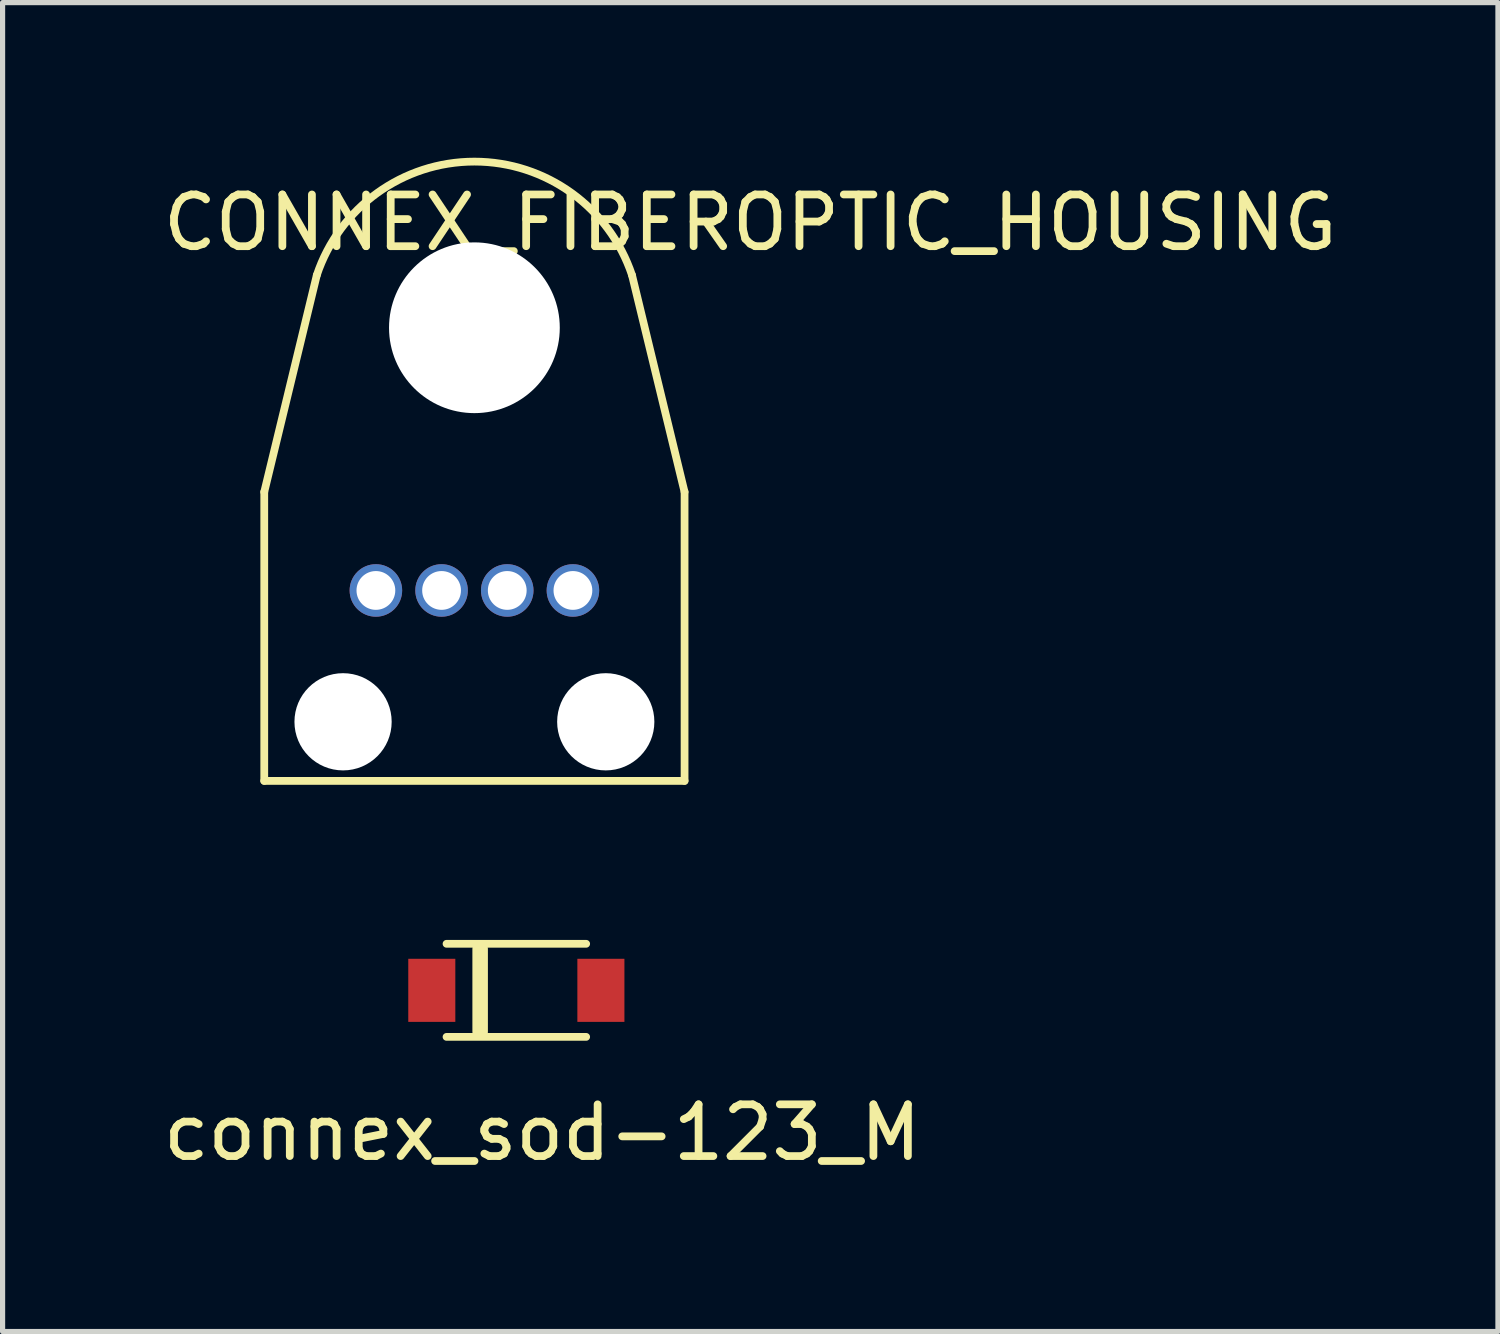
<source format=kicad_pcb>
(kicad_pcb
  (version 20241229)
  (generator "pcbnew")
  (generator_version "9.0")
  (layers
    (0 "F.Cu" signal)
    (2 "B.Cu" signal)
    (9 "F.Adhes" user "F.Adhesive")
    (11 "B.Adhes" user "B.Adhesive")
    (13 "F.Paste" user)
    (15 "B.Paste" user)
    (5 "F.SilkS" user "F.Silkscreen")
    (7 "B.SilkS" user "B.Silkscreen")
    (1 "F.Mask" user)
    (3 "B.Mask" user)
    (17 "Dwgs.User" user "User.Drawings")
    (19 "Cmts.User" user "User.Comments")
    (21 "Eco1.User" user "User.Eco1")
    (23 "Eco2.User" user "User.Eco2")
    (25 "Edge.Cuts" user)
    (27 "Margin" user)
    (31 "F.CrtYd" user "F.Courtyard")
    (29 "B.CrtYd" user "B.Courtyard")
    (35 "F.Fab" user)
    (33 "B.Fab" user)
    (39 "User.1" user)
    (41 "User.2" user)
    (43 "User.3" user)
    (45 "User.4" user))
  (footprint "CONNEX_FIBEROPTIC_HOUSING"
    (layer "F.Cu")
    (at 6.124 10.908)
    (property "Reference" "CONNEX_FIBEROPTIC_HOUSING" (at 5.334 -9.652 0) (layer "F.SilkS") (effects (font (size 1 1) (thickness 0.15))))
    (attr through_hole)
    (fp_line (start -4.064 -4.445) (end -3.048 -8.636) (stroke (width 0.15) (type solid)) (layer "F.SilkS"))
    (fp_line (start -4.064 1.143) (end -4.064 -4.445) (stroke (width 0.15) (type solid)) (layer "F.SilkS"))
    (fp_line (start -4.064 1.143) (end 4.064 1.143) (stroke (width 0.15) (type solid)) (layer "F.SilkS"))
    (fp_line (start 3.048 -8.636) (end 4.064 -4.445) (stroke (width 0.15) (type solid)) (layer "F.SilkS"))
    (fp_line (start 4.064 1.143) (end 4.064 -4.445) (stroke (width 0.15) (type solid)) (layer "F.SilkS"))
    (fp_arc (start -3.048 -8.636) (mid 0 -10.832874) (end 3.048 -8.636) (stroke (width 0.15) (type solid)) (layer "F.SilkS"))
    (pad "" np_thru_hole circle (at -2.54 0) (size 1.88 1.88) (drill 1.88) (layers "*.Cu" "*.Mask"))
    (pad "" np_thru_hole circle (at 0 -7.62) (size 3.302 3.302) (drill 3.302) (layers "*.Cu" "*.Mask"))
    (pad "" np_thru_hole circle (at 2.54 0) (size 1.88 1.88) (drill 1.88) (layers "*.Cu" "*.Mask"))
    (pad "1" thru_hole circle (at -1.905 -2.54) (size 1.016 1.016) (drill 0.75) (layers "*.Cu" "*.Mask"))
    (pad "2" thru_hole circle (at -0.635 -2.54) (size 1.016 1.016) (drill 0.75) (layers "*.Cu" "*.Mask"))
    (pad "3" thru_hole circle (at 0.635 -2.54) (size 1.016 1.016) (drill 0.75) (layers "*.Cu" "*.Mask"))
    (pad "4" thru_hole circle (at 1.905 -2.54) (size 1.016 1.016) (drill 0.75) (layers "*.Cu" "*.Mask")))
  (footprint "connex_sod-123_M"
    (layer "F.Cu")
    (at 6.935 16.101)
    (property "Reference" "connex_sod-123_M" (at 0.5 2.75 0) (layer "F.SilkS") (effects (font (size 1 1) (thickness 0.15))))
    (attr through_hole)
    (fp_line (start -1.35 -0.9) (end 1.35 -0.9) (stroke (width 0.15) (type solid)) (layer "F.SilkS"))
    (fp_line (start -1.35 0.9) (end 1.35 0.9) (stroke (width 0.15) (type solid)) (layer "F.SilkS"))
    (fp_line (start -0.7 -0.8) (end -0.7 0.8) (stroke (width 0.3) (type solid)) (layer "F.SilkS"))
    (pad "1" smd rect (at -1.635 0) (size 0.91 1.22) (layers "F.Cu" "F.Mask" "F.Paste"))
    (pad "2" smd rect (at 1.635 0) (size 0.91 1.22) (layers "F.Cu" "F.Mask" "F.Paste")))
  (gr_rect
    (start -3 -3)
    (end 25.917 22.699)
    (stroke (width 0.1) (type default))
    (fill no)
    (layer "Edge.Cuts")))
</source>
